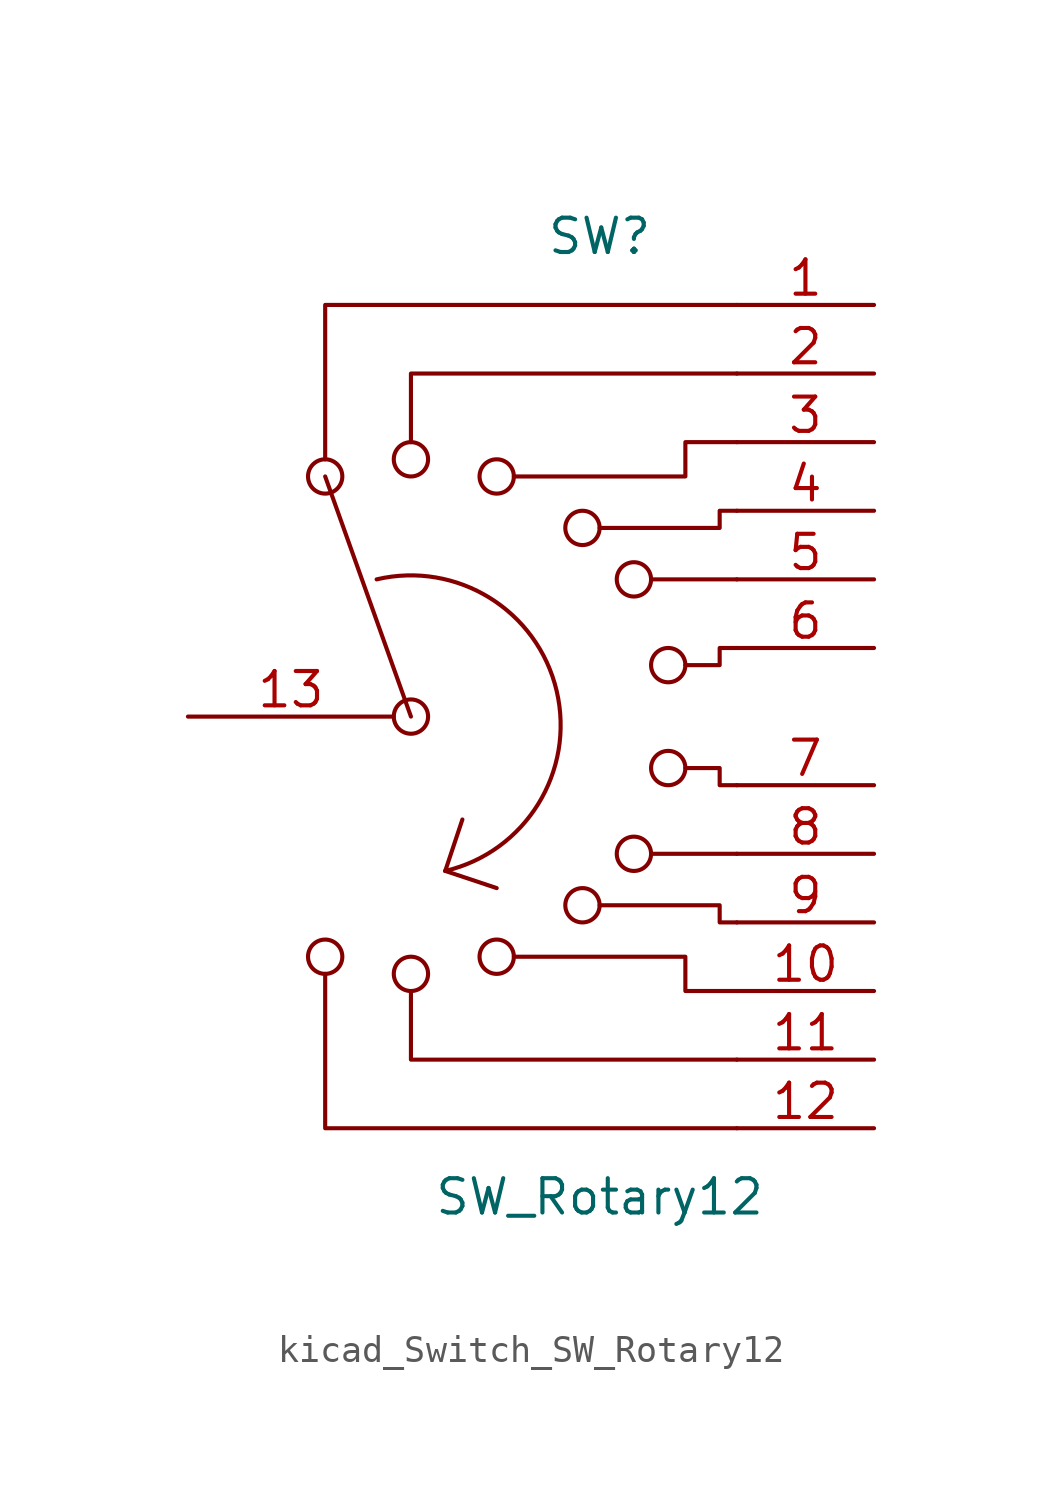
<source format=kicad_sym>
(kicad_symbol_lib
  (version 20220914)
  (generator kicad_symbol_editor)
  (symbol "kicad_Switch_SW_Rotary12"
    (pin_names
      (offset 1.016) hide)
    (property "Reference" "SW"
      (at 0 17.78 0)
      (effects (font (size 1.27 1.27))))
    (property "Value" "SW_Rotary12"
      (at 0 -17.78 0)
      (effects (font (size 1.27 1.27))))
    (symbol "kicad_Switch_SW_Rotary12_0_0"
      (circle (center -10.16 -8.89) (radius 0.635) (stroke (width 0) (type default)) (fill (type none)))
      (circle (center -10.16 8.89) (radius 0.635) (stroke (width 0) (type default)) (fill (type none)))
      (circle (center -6.985 -9.525) (radius 0.635) (stroke (width 0) (type default)) (fill (type none)))
      (circle (center -6.985 0) (radius 0.635) (stroke (width 0) (type default)) (fill (type none)))
      (circle (center -6.985 9.525) (radius 0.635) (stroke (width 0) (type default)) (fill (type none)))
      (arc (start -5.715 -5.715) (mid -1.5995 0.937) (end -8.255 5.08) (stroke (width 0) (type default)) (fill (type none)))
      (circle (center -3.81 -8.89) (radius 0.635) (stroke (width 0) (type default)) (fill (type none)))
      (circle (center -3.81 8.89) (radius 0.635) (stroke (width 0) (type default)) (fill (type none)))
      (circle (center -0.635 -6.985) (radius 0.635) (stroke (width 0) (type default)) (fill (type none)))
      (circle (center -0.635 6.985) (radius 0.635) (stroke (width 0) (type default)) (fill (type none)))
      (polyline (pts (xy -6.985 0) (xy -10.16 8.89)) (stroke (width 0) (type default)) (fill (type none)))
      (polyline (pts (xy -5.715 -5.715) (xy -5.08 -3.81)) (stroke (width 0) (type default)) (fill (type none)))
      (polyline (pts (xy -5.715 -5.715) (xy -3.81 -6.35)) (stroke (width 0) (type default)) (fill (type none)))
      (polyline (pts (xy 1.905 -5.08) (xy 5.08 -5.08)) (stroke (width 0) (type default)) (fill (type none)))
      (polyline (pts (xy 1.905 5.08) (xy 5.08 5.08)) (stroke (width 0) (type default)) (fill (type none)))
      (polyline (pts (xy -10.16 -9.525) (xy -10.16 -15.24) (xy 5.08 -15.24)) (stroke (width 0) (type default)) (fill (type none)))
      (polyline (pts (xy -10.16 9.525) (xy -10.16 15.24) (xy 5.08 15.24)) (stroke (width 0) (type default)) (fill (type none)))
      (polyline (pts (xy -6.985 -10.16) (xy -6.985 -12.7) (xy 5.08 -12.7)) (stroke (width 0) (type default)) (fill (type none)))
      (polyline (pts (xy -6.985 10.16) (xy -6.985 12.7) (xy 5.08 12.7)) (stroke (width 0) (type default)) (fill (type none)))
      (polyline (pts (xy -3.175 -8.89) (xy 3.175 -8.89) (xy 3.175 -10.16) (xy 5.08 -10.16)) (stroke (width 0) (type default)) (fill (type none)))
      (polyline (pts (xy -3.175 8.89) (xy 3.175 8.89) (xy 3.175 10.16) (xy 5.08 10.16)) (stroke (width 0) (type default)) (fill (type none)))
      (polyline (pts (xy 0 -6.985) (xy 4.445 -6.985) (xy 4.445 -7.62) (xy 5.08 -7.62)) (stroke (width 0) (type default)) (fill (type none)))
      (polyline (pts (xy 0 6.985) (xy 4.445 6.985) (xy 4.445 7.62) (xy 5.08 7.62)) (stroke (width 0) (type default)) (fill (type none)))
      (polyline (pts (xy 3.175 -1.905) (xy 4.445 -1.905) (xy 4.445 -2.54) (xy 5.08 -2.54)) (stroke (width 0) (type default)) (fill (type none)))
      (polyline (pts (xy 3.175 1.905) (xy 4.445 1.905) (xy 4.445 2.54) (xy 5.08 2.54)) (stroke (width 0) (type default)) (fill (type none)))
      (circle (center 1.27 -5.08) (radius 0.635) (stroke (width 0) (type default)) (fill (type none)))
      (circle (center 1.27 5.08) (radius 0.635) (stroke (width 0) (type default)) (fill (type none)))
      (circle (center 2.54 -1.905) (radius 0.635) (stroke (width 0) (type default)) (fill (type none)))
      (circle (center 2.54 1.905) (radius 0.635) (stroke (width 0) (type default)) (fill (type none))))
    (symbol "kicad_Switch_SW_Rotary12_0_1"
      (pin passive line (at 10.16 15.24 180) (length 5.08) (name "1" (effects (font (size 1.27 1.27)))) (number "1" (effects (font (size 1.27 1.27)))))
      (pin passive line (at 10.16 -10.16 180) (length 5.08) (name "10" (effects (font (size 1.27 1.27)))) (number "10" (effects (font (size 1.27 1.27)))))
      (pin passive line (at 10.16 -12.7 180) (length 5.08) (name "11" (effects (font (size 1.27 1.27)))) (number "11" (effects (font (size 1.27 1.27)))))
      (pin passive line (at 10.16 -15.24 180) (length 5.08) (name "12" (effects (font (size 1.27 1.27)))) (number "12" (effects (font (size 1.27 1.27)))))
      (pin passive line (at -15.24 0 0) (length 7.62) (name "13" (effects (font (size 1.27 1.27)))) (number "13" (effects (font (size 1.27 1.27)))))
      (pin passive line (at 10.16 12.7 180) (length 5.08) (name "2" (effects (font (size 1.27 1.27)))) (number "2" (effects (font (size 1.27 1.27)))))
      (pin passive line (at 10.16 10.16 180) (length 5.08) (name "3" (effects (font (size 1.27 1.27)))) (number "3" (effects (font (size 1.27 1.27)))))
      (pin passive line (at 10.16 7.62 180) (length 5.08) (name "4" (effects (font (size 1.27 1.27)))) (number "4" (effects (font (size 1.27 1.27)))))
      (pin passive line (at 10.16 5.08 180) (length 5.08) (name "5" (effects (font (size 1.27 1.27)))) (number "5" (effects (font (size 1.27 1.27)))))
      (pin passive line (at 10.16 2.54 180) (length 5.08) (name "6" (effects (font (size 1.27 1.27)))) (number "6" (effects (font (size 1.27 1.27)))))
      (pin passive line (at 10.16 -2.54 180) (length 5.08) (name "7" (effects (font (size 1.27 1.27)))) (number "7" (effects (font (size 1.27 1.27)))))
      (pin passive line (at 10.16 -5.08 180) (length 5.08) (name "8" (effects (font (size 1.27 1.27)))) (number "8" (effects (font (size 1.27 1.27)))))
      (pin passive line (at 10.16 -7.62 180) (length 5.08) (name "9" (effects (font (size 1.27 1.27)))) (number "9" (effects (font (size 1.27 1.27))))))))
</source>
